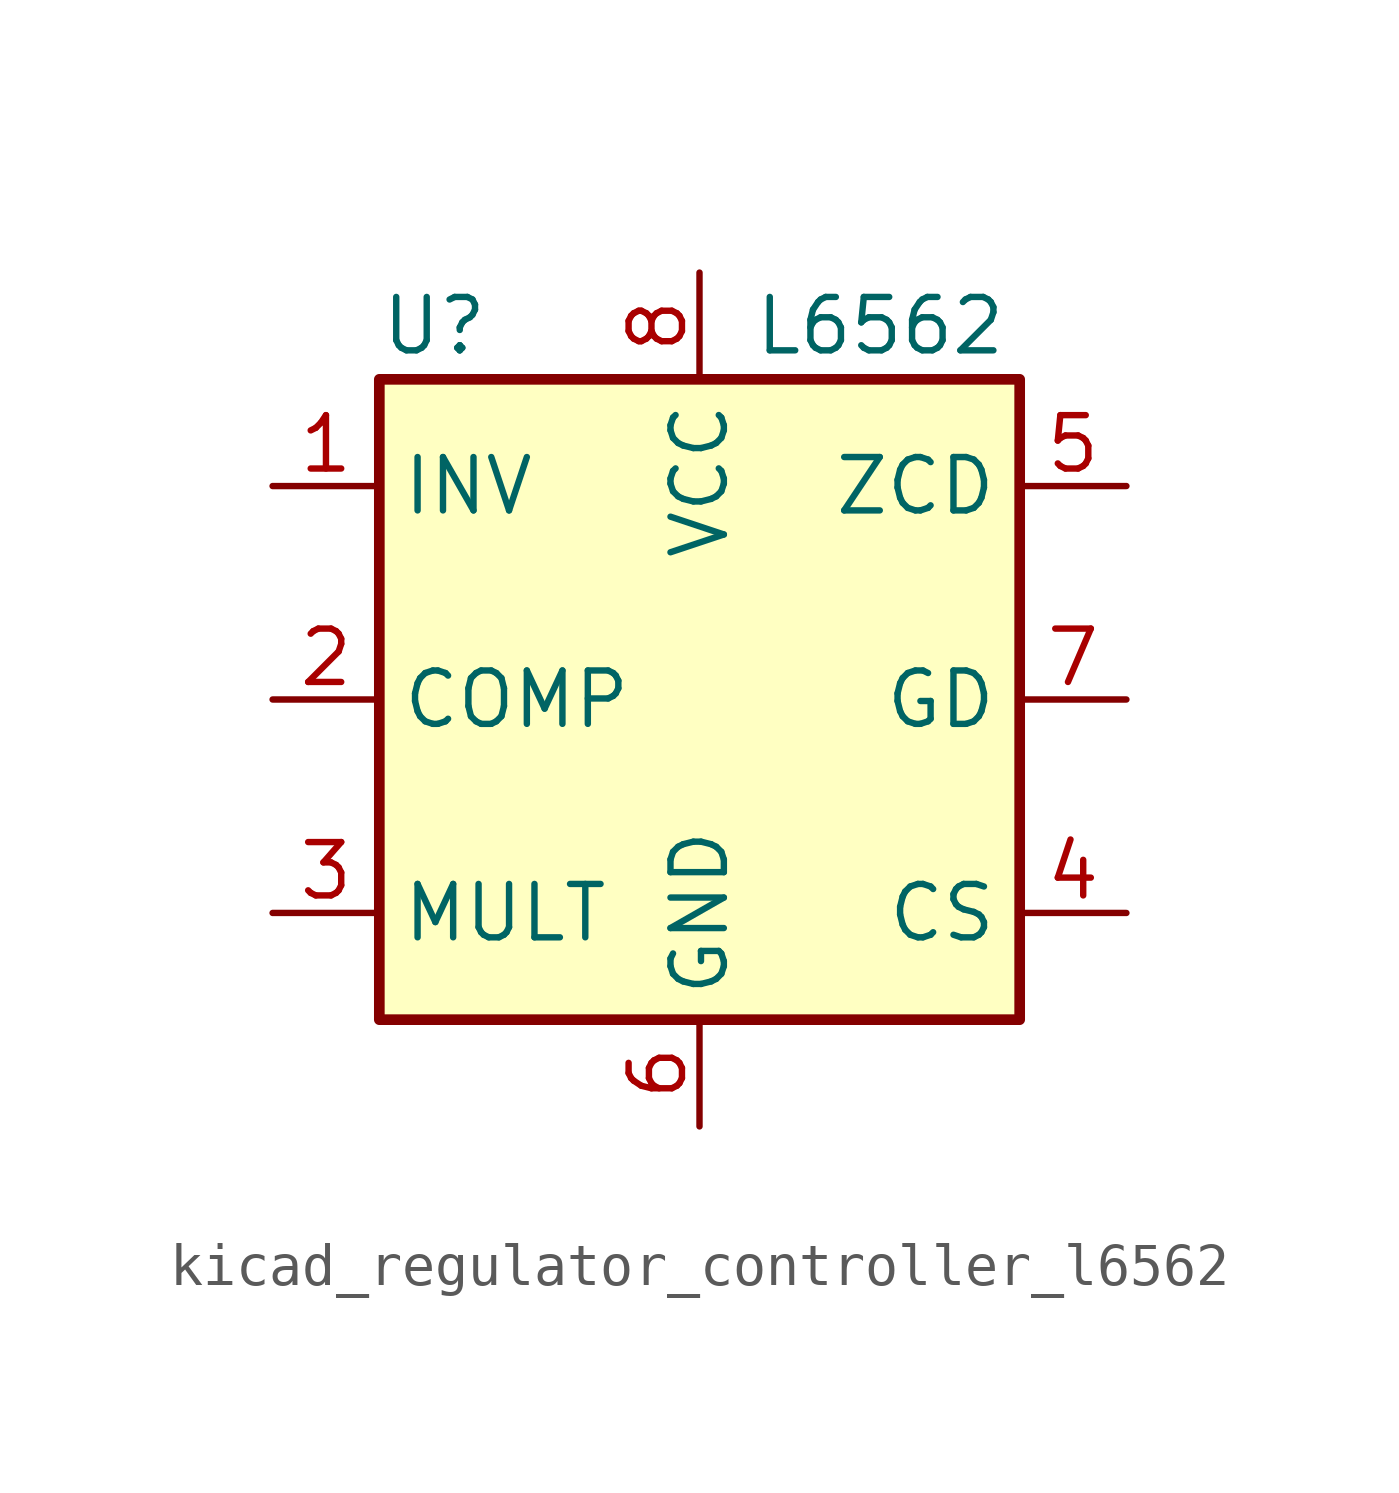
<source format=kicad_sym>
(kicad_symbol_lib
  (version 20220914)
  (generator kicad_symbol_editor)
  (symbol "kicad_regulator_controller_l6562"
    (property "Reference" "U"
      (at -7.62 8.89 0)
      (effects (font (size 1.27 1.27)) (justify left)))
    (property "Value" "L6562"
      (at 1.27 8.89 0)
      (effects (font (size 1.27 1.27)) (justify left)))
    (symbol "kicad_regulator_controller_l6562_0_0"
      (rectangle (start -7.62 7.62) (end 7.62 -7.62) (stroke (width 0.254) (type default)) (fill (type background))))
    (symbol "kicad_regulator_controller_l6562_1_1"
      (pin input line (at -10.16 5.08 0) (length 2.54) (name "INV" (effects (font (size 1.27 1.27)))) (number "1" (effects (font (size 1.27 1.27)))))
      (pin output line (at -10.16 0 0) (length 2.54) (name "COMP" (effects (font (size 1.27 1.27)))) (number "2" (effects (font (size 1.27 1.27)))))
      (pin input line (at -10.16 -5.08 0) (length 2.54) (name "MULT" (effects (font (size 1.27 1.27)))) (number "3" (effects (font (size 1.27 1.27)))))
      (pin input line (at 10.16 -5.08 180) (length 2.54) (name "CS" (effects (font (size 1.27 1.27)))) (number "4" (effects (font (size 1.27 1.27)))))
      (pin input line (at 10.16 5.08 180) (length 2.54) (name "ZCD" (effects (font (size 1.27 1.27)))) (number "5" (effects (font (size 1.27 1.27)))))
      (pin power_in line (at 0 -10.16 90) (length 2.54) (name "GND" (effects (font (size 1.27 1.27)))) (number "6" (effects (font (size 1.27 1.27)))))
      (pin output line (at 10.16 0 180) (length 2.54) (name "GD" (effects (font (size 1.27 1.27)))) (number "7" (effects (font (size 1.27 1.27)))))
      (pin power_in line (at 0 10.16 270) (length 2.54) (name "VCC" (effects (font (size 1.27 1.27)))) (number "8" (effects (font (size 1.27 1.27))))))))
</source>
